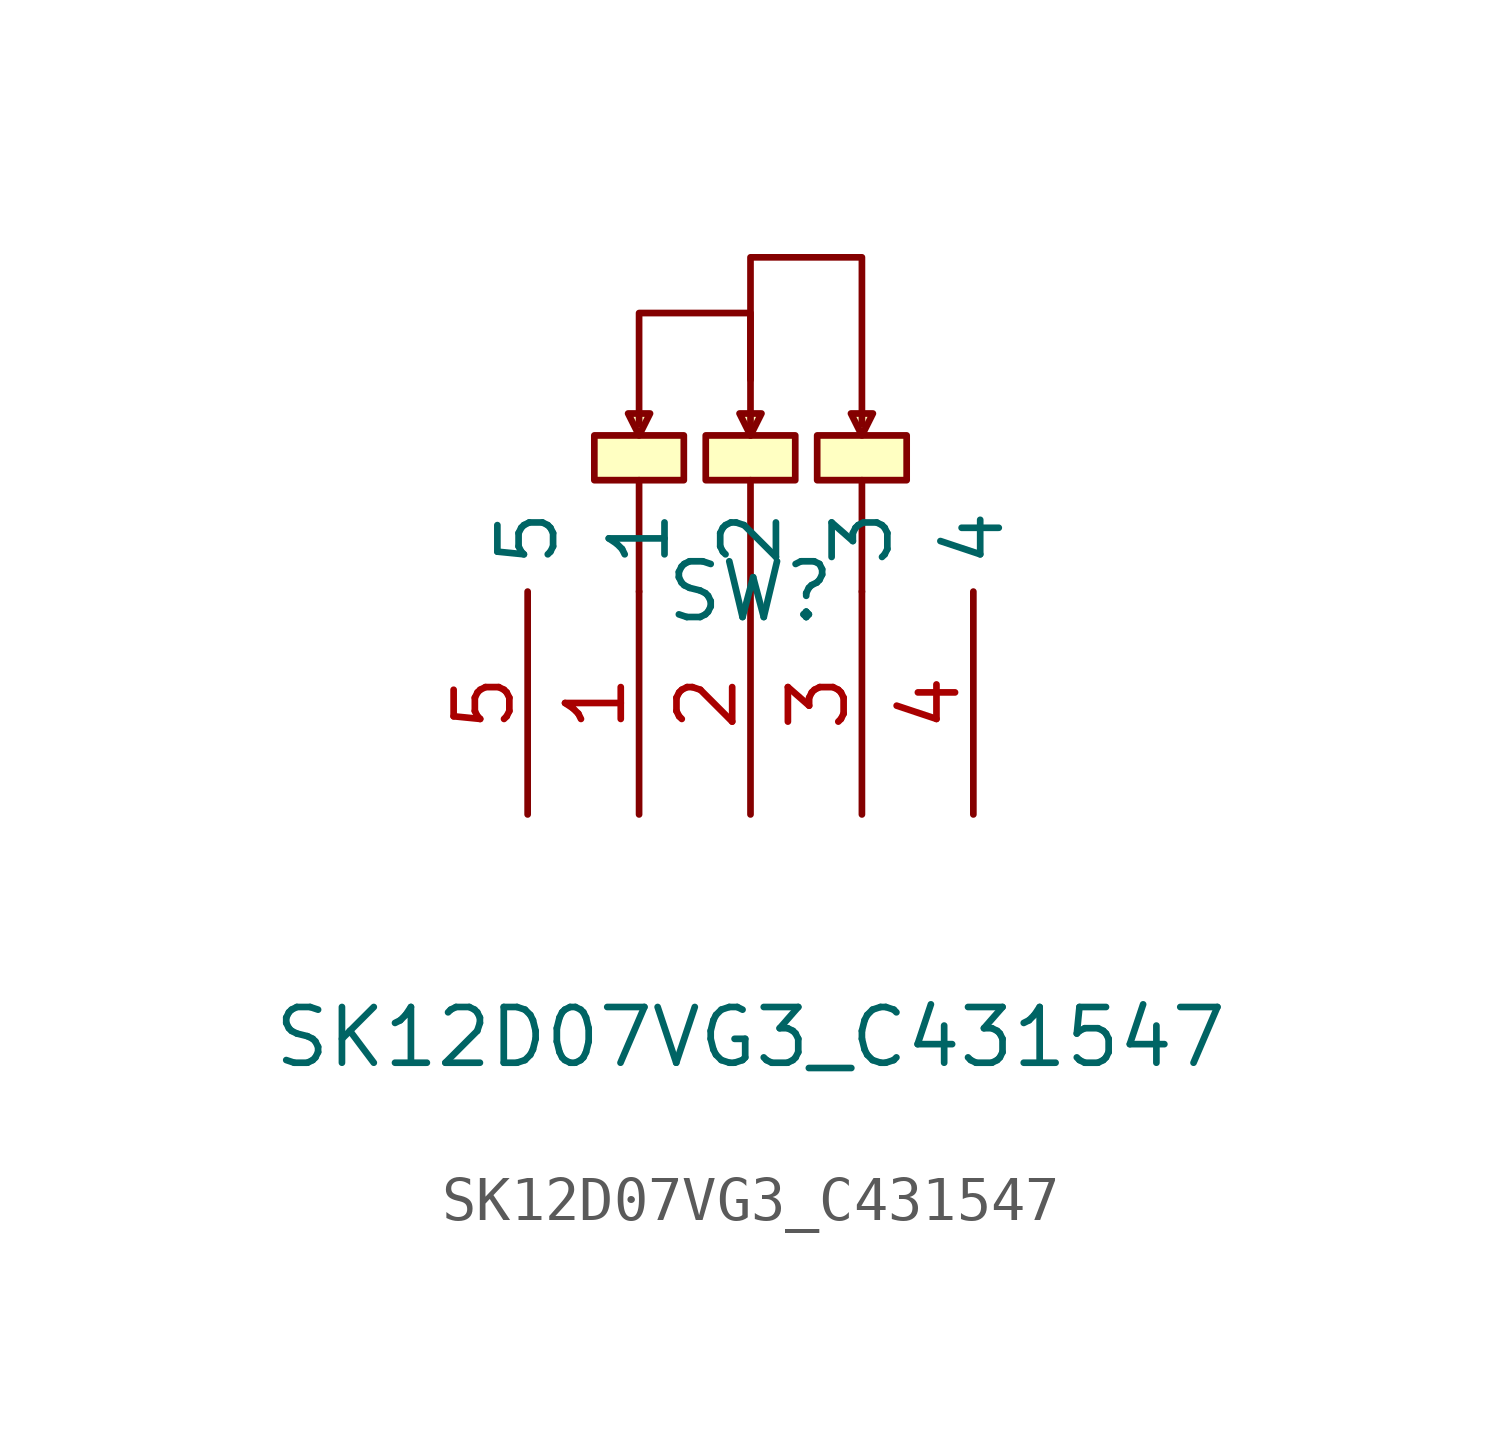
<source format=kicad_sym>
(kicad_symbol_lib
  (version 20211014)
  (generator https://github.com/uPesy/easyeda2kicad.py)
  (symbol "SK12D07VG3_C431547"
    (property "Reference" "SW"
      (at 0 0.00 0)
      (effects (font (size 1.27 1.27))))
    (property "Value" "SK12D07VG3_C431547"
      (at 0 -10.16 0)
      (effects (font (size 1.27 1.27))))
    (symbol "SK12D07VG3_C431547_0_1"
      (rectangle (start -3.56 3.56) (end -1.52 2.54) (stroke (width 0) (type default) (color 0 0 0 0)) (fill (type background)))
      (rectangle (start -1.02 3.56) (end 1.02 2.54) (stroke (width 0) (type default) (color 0 0 0 0)) (fill (type background)))
      (rectangle (start 1.52 3.56) (end 3.56 2.54) (stroke (width 0) (type default) (color 0 0 0 0)) (fill (type background)))
      (polyline (pts (xy 0.00 4.83) (xy 0.00 7.62) (xy 2.54 7.62) (xy 2.54 3.81)) (stroke (width 0) (type default) (color 0 0 0 0)) (fill (type none)))
      (polyline (pts (xy -2.54 3.81) (xy -2.54 6.35) (xy 0.00 6.35) (xy 0.00 3.56)) (stroke (width 0) (type default) (color 0 0 0 0)) (fill (type none)))
      (polyline (pts (xy 2.54 -0.00) (xy 2.54 2.54)) (stroke (width 0) (type default) (color 0 0 0 0)) (fill (type none)))
      (polyline (pts (xy 2.79 4.06) (xy 2.29 4.06) (xy 2.54 3.56) (xy 2.79 4.06)) (stroke (width 0) (type default) (color 0 0 0 0)) (fill (type background)))
      (polyline (pts (xy 0.25 4.06) (xy -0.25 4.06) (xy 0.00 3.56) (xy 0.25 4.06)) (stroke (width 0) (type default) (color 0 0 0 0)) (fill (type background)))
      (polyline (pts (xy -2.29 4.06) (xy -2.79 4.06) (xy -2.54 3.56) (xy -2.29 4.06)) (stroke (width 0) (type default) (color 0 0 0 0)) (fill (type background)))
      (polyline (pts (xy -2.54 -0.00) (xy -2.54 2.54)) (stroke (width 0) (type default) (color 0 0 0 0)) (fill (type none)))
      (polyline (pts (xy 0.00 -0.00) (xy 0.00 2.54)) (stroke (width 0) (type default) (color 0 0 0 0)) (fill (type none)))
      (pin unspecified line (at 2.54 -5.08 90) (length 5.08) (name "3" (effects (font (size 1.27 1.27)))) (number "3" (effects (font (size 1.27 1.27)))))
      (pin unspecified line (at 0.00 -5.08 90) (length 5.08) (name "2" (effects (font (size 1.27 1.27)))) (number "2" (effects (font (size 1.27 1.27)))))
      (pin unspecified line (at -2.54 -5.08 90) (length 5.08) (name "1" (effects (font (size 1.27 1.27)))) (number "1" (effects (font (size 1.27 1.27)))))
      (pin unspecified line (at 5.08 -5.08 90) (length 5.08) (name "4" (effects (font (size 1.27 1.27)))) (number "4" (effects (font (size 1.27 1.27)))))
      (pin unspecified line (at -5.08 -5.08 90) (length 5.08) (name "5" (effects (font (size 1.27 1.27)))) (number "5" (effects (font (size 1.27 1.27))))))))
</source>
